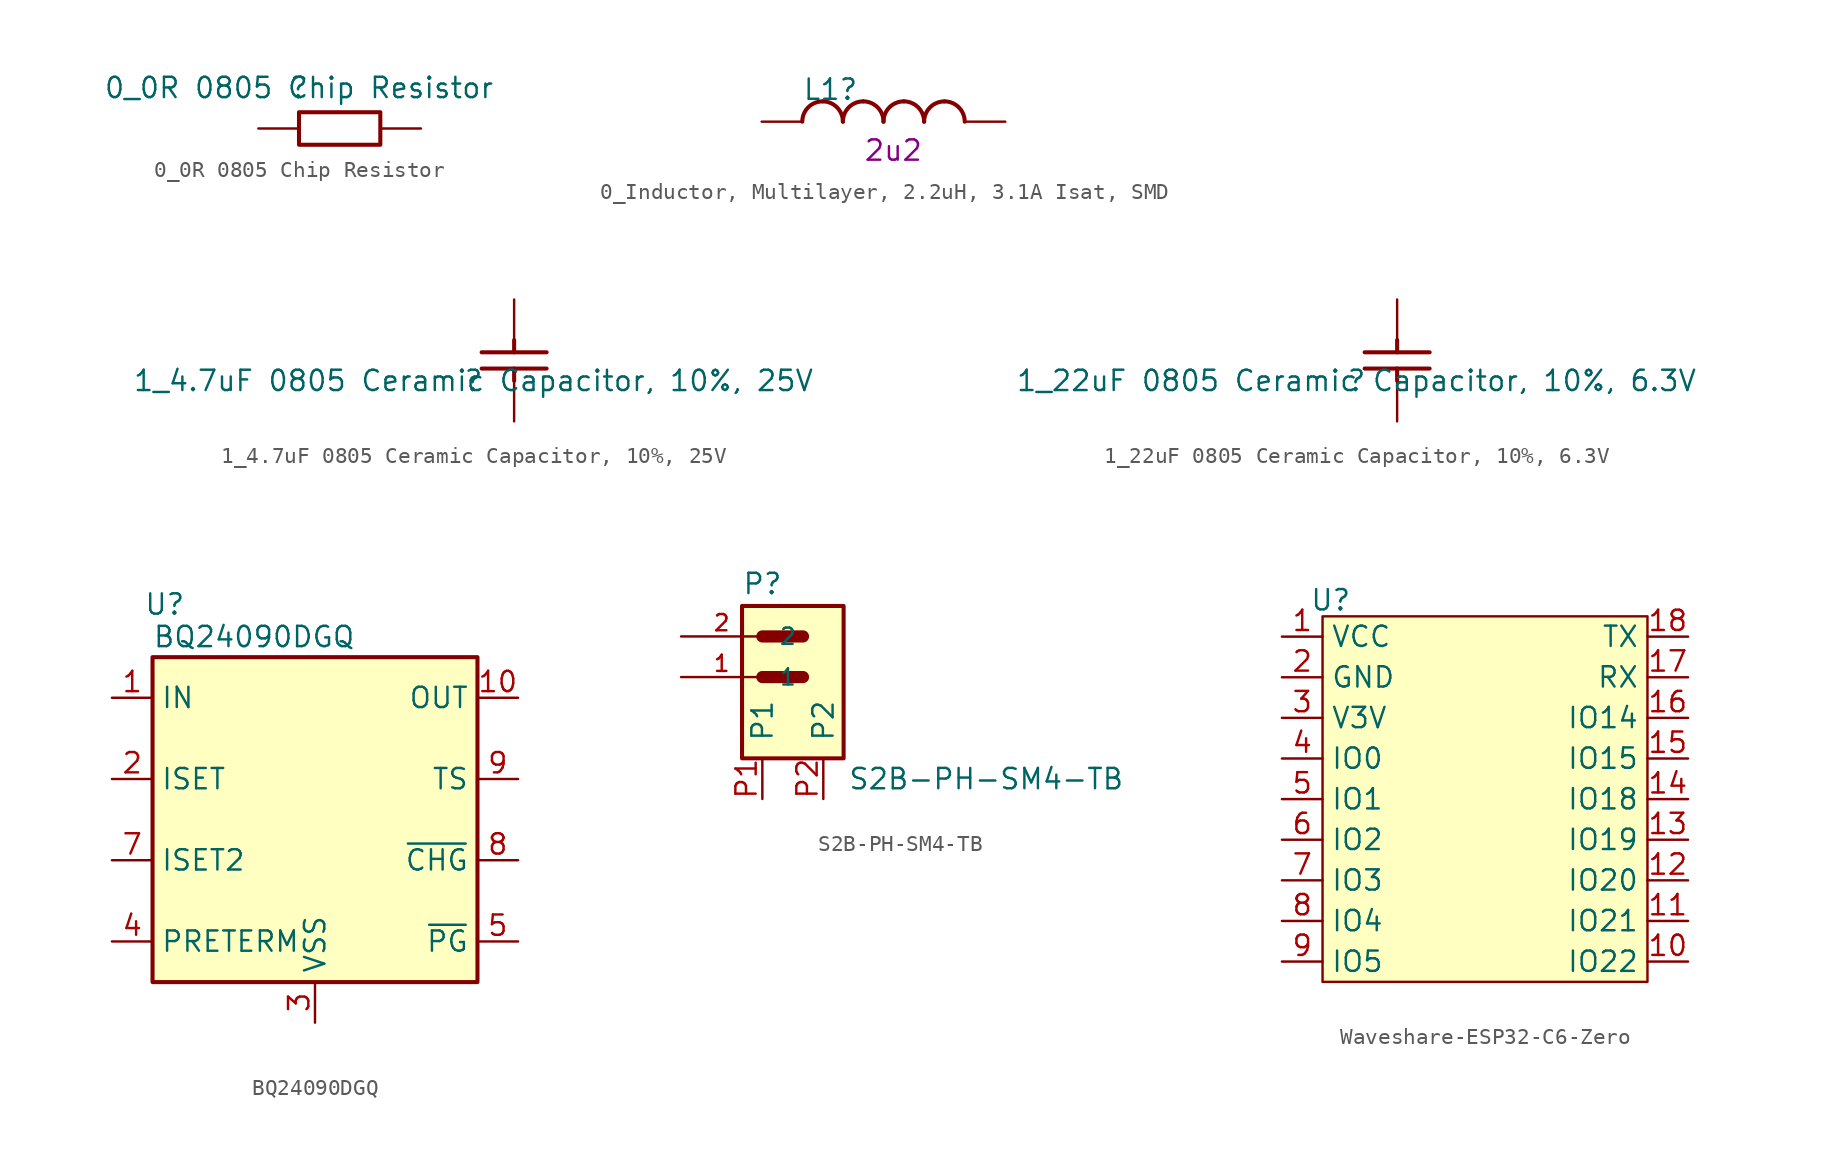
<source format=kicad_sym>
(kicad_symbol_lib
  (version 20241209)
  (generator "kicad_symbol_editor")
  (generator_version "9.0")
  (symbol "0_0R 0805 Chip Resistor"
    (property "Reference" ""
      (at 0 0 0)
      (effects (font (size 1.27 1.27))))
    (property "Value" "0_0R 0805 Chip Resistor"
      (at 0 0 0)
      (effects (font (size 1.27 1.27))))
    (symbol "0_0R 0805 Chip Resistor_1_0"
      (rectangle (start 5.08 -1.524) (end 0 -3.556) (stroke (width 0.254) (type default)) (fill (type none)))
      (pin passive line (at -2.54 -2.54 0) (length 2.54) (name "1" (effects (font (size 0 0)))) (number "1" (effects (font (size 0 0)))))
      (pin passive line (at 7.62 -2.54 180) (length 2.54) (name "2" (effects (font (size 0 0)))) (number "2" (effects (font (size 0 0)))))))
  (symbol "0_Inductor, Multilayer, 2.2uH, 3.1A Isat, SMD"
    (property "Reference" "L1"
      (at 2.54 1.27 0)
      (effects (font (size 1.27 1.27)) (justify left bottom)))
    (property "ALTIUM_VALUE" "2u2"
      (at 6.35 -2.54 0)
      (effects (font (size 1.27 1.27)) (justify left bottom)))
    (symbol "0_Inductor, Multilayer, 2.2uH, 3.1A Isat, SMD_1_0"
      (arc (start 2.54 0) (mid 2.912 0.898) (end 3.81 1.27) (stroke (width 0.254) (type default)) (fill (type none)))
      (arc (start 3.81 1.27) (mid 4.708 0.898) (end 5.08 0) (stroke (width 0.254) (type default)) (fill (type none)))
      (arc (start 5.08 0) (mid 5.452 0.898) (end 6.35 1.27) (stroke (width 0.254) (type default)) (fill (type none)))
      (arc (start 6.35 1.27) (mid 7.248 0.898) (end 7.62 0) (stroke (width 0.254) (type default)) (fill (type none)))
      (arc (start 7.62 0) (mid 7.992 0.898) (end 8.89 1.27) (stroke (width 0.254) (type default)) (fill (type none)))
      (arc (start 8.89 1.27) (mid 9.788 0.898) (end 10.16 0) (stroke (width 0.254) (type default)) (fill (type none)))
      (arc (start 10.16 0) (mid 10.532 0.898) (end 11.43 1.27) (stroke (width 0.254) (type default)) (fill (type none)))
      (arc (start 11.43 1.27) (mid 12.328 0.898) (end 12.7 0) (stroke (width 0.254) (type default)) (fill (type none)))
      (pin passive line (at 0 0 0) (length 2.54) (name "1" (effects (font (size 0 0)))) (number "1" (effects (font (size 0 0)))))
      (pin power_out line (at 15.24 0 180) (length 2.54) (name "2" (effects (font (size 0 0)))) (number "2" (effects (font (size 0 0)))))))
  (symbol "1_4.7uF 0805 Ceramic Capacitor, 10%, 25V"
    (property "Reference" ""
      (at 0 0 0)
      (effects (font (size 1.27 1.27))))
    (property "Value" "1_4.7uF 0805 Ceramic Capacitor, 10%, 25V"
      (at 0 0 0)
      (effects (font (size 1.27 1.27))))
    (symbol "1_4.7uF 0805 Ceramic Capacitor, 10%, 25V_1_0"
      (polyline (pts (xy 0.508 1.778) (xy 4.572 1.778)) (stroke (width 0.254) (type default)) (fill (type none)))
      (polyline (pts (xy 2.54 2.54) (xy 2.54 1.778)) (stroke (width 0.254) (type default)) (fill (type none)))
      (polyline (pts (xy 2.54 0) (xy 2.54 0.762)) (stroke (width 0.254) (type default)) (fill (type none)))
      (polyline (pts (xy 4.572 0.762) (xy 0.508 0.762)) (stroke (width 0.254) (type default)) (fill (type none)))
      (pin passive line (at 2.54 5.08 270) (length 2.54) (name "2" (effects (font (size 0 0)))) (number "2" (effects (font (size 0 0)))))
      (pin passive line (at 2.54 -2.54 90) (length 2.54) (name "1" (effects (font (size 0 0)))) (number "1" (effects (font (size 0 0)))))))
  (symbol "1_22uF 0805 Ceramic Capacitor, 10%, 6.3V"
    (property "Reference" ""
      (at 0 0 0)
      (effects (font (size 1.27 1.27))))
    (property "Value" "1_22uF 0805 Ceramic Capacitor, 10%, 6.3V"
      (at 0 0 0)
      (effects (font (size 1.27 1.27))))
    (symbol "1_22uF 0805 Ceramic Capacitor, 10%, 6.3V_1_0"
      (polyline (pts (xy 0.508 1.778) (xy 4.572 1.778)) (stroke (width 0.254) (type default)) (fill (type none)))
      (polyline (pts (xy 2.54 2.54) (xy 2.54 1.778)) (stroke (width 0.254) (type default)) (fill (type none)))
      (polyline (pts (xy 2.54 0) (xy 2.54 0.762)) (stroke (width 0.254) (type default)) (fill (type none)))
      (polyline (pts (xy 4.572 0.762) (xy 0.508 0.762)) (stroke (width 0.254) (type default)) (fill (type none)))
      (pin passive line (at 2.54 5.08 270) (length 2.54) (name "2" (effects (font (size 0 0)))) (number "2" (effects (font (size 0 0)))))
      (pin passive line (at 2.54 -2.54 90) (length 2.54) (name "1" (effects (font (size 0 0)))) (number "1" (effects (font (size 0 0)))))))
  (symbol "BQ24090DGQ"
    (property "Reference" "U"
      (at -9.398 13.462 0)
      (effects (font (size 1.27 1.27))))
    (property "Value" "BQ24090DGQ"
      (at -3.81 11.43 0)
      (effects (font (size 1.27 1.27))))
    (symbol "BQ24090DGQ_0_1"
      (rectangle (start -10.16 10.16) (end 10.16 -10.16) (stroke (width 0.254) (type default)) (fill (type background))))
    (symbol "BQ24090DGQ_1_1"
      (pin power_in line (at -12.7 7.62 0) (length 2.54) (name "IN" (effects (font (size 1.27 1.27)))) (number "1" (effects (font (size 1.27 1.27)))))
      (pin passive line (at -12.7 2.54 0) (length 2.54) (name "ISET" (effects (font (size 1.27 1.27)))) (number "2" (effects (font (size 1.27 1.27)))))
      (pin passive line (at -12.7 -2.54 0) (length 2.54) (name "ISET2" (effects (font (size 1.27 1.27)))) (number "7" (effects (font (size 1.27 1.27)))))
      (pin passive line (at -12.7 -7.62 0) (length 2.54) (name "PRETERM" (effects (font (size 1.27 1.27)))) (number "4" (effects (font (size 1.27 1.27)))))
      (pin passive line (at 0 -12.7 90) (length 2.54) (hide yes) (name "VSS" (effects (font (size 1.27 1.27)))) (number "11" (effects (font (size 1.27 1.27)))))
      (pin power_in line (at 0 -12.7 90) (length 2.54) (name "VSS" (effects (font (size 1.27 1.27)))) (number "3" (effects (font (size 1.27 1.27)))))
      (pin no_connect line (at 5.08 -10.16 90) (length 2.54) (hide yes) (name "NC" (effects (font (size 1.27 1.27)))) (number "6" (effects (font (size 1.27 1.27)))))
      (pin power_out line (at 12.7 7.62 180) (length 2.54) (name "OUT" (effects (font (size 1.27 1.27)))) (number "10" (effects (font (size 1.27 1.27)))))
      (pin passive line (at 12.7 2.54 180) (length 2.54) (name "TS" (effects (font (size 1.27 1.27)))) (number "9" (effects (font (size 1.27 1.27)))))
      (pin open_collector line (at 12.7 -2.54 180) (length 2.54) (name "~{CHG}" (effects (font (size 1.27 1.27)))) (number "8" (effects (font (size 1.27 1.27)))))
      (pin open_collector line (at 12.7 -7.62 180) (length 2.54) (name "~{PG}" (effects (font (size 1.27 1.27)))) (number "5" (effects (font (size 1.27 1.27)))))))
  (symbol "S2B-PH-SM4-TB"
    (pin_names
      (offset 1.016))
    (property "Reference" "P"
      (at -1.272 3.816 0)
      (effects (font (size 1.27 1.27)) (justify left bottom)))
    (property "Value" "S2B-PH-SM4-TB"
      (at 5.334 -8.382 0)
      (effects (font (size 1.27 1.27)) (justify left bottom)))
    (symbol "S2B-PH-SM4-TB_0_0"
      (rectangle (start -1.27 3.175) (end 5.08 -6.35) (stroke (width 0.254) (type default)) (fill (type background)))
      (polyline (pts (xy 0 1.27) (xy 2.54 1.27)) (stroke (width 0.762) (type default)) (fill (type none)))
      (polyline (pts (xy 0 -1.27) (xy 2.54 -1.27)) (stroke (width 0.762) (type default)) (fill (type none))))
    (symbol "S2B-PH-SM4-TB_1_0"
      (pin passive line (at -5.08 1.27 0) (length 5.08) (name "2" (effects (font (size 1.016 1.016)))) (number "2" (effects (font (size 1.016 1.016)))))
      (pin passive line (at -5.08 -1.27 0) (length 5.08) (name "1" (effects (font (size 1.016 1.016)))) (number "1" (effects (font (size 1.016 1.016))))))
    (symbol "S2B-PH-SM4-TB_1_1"
      (pin passive line (at 0 -8.89 90) (length 2.54) (name "P1" (effects (font (size 1.27 1.27)))) (number "P1" (effects (font (size 1.27 1.27)))))
      (pin passive line (at 3.81 -8.89 90) (length 2.54) (name "P2" (effects (font (size 1.27 1.27)))) (number "P2" (effects (font (size 1.27 1.27)))))))
  (symbol "Waveshare-ESP32-C6-Zero"
    (property "Reference" "U"
      (at -9.652 12.446 0)
      (effects (font (size 1.27 1.27))))
    (property "Value" ""
      (at -10.16 10.16 0)
      (effects (font (size 1.27 1.27))))
    (symbol "Waveshare-ESP32-C6-Zero_1_1"
      (rectangle (start -10.16 11.43) (end 10.16 -11.43) (stroke (width 0) (type default)) (fill (type background)))
      (pin power_in line (at -12.7 10.16 0) (length 2.54) (name "VCC" (effects (font (size 1.27 1.27)))) (number "1" (effects (font (size 1.27 1.27)))))
      (pin power_in line (at -12.7 7.62 0) (length 2.54) (name "GND" (effects (font (size 1.27 1.27)))) (number "2" (effects (font (size 1.27 1.27)))))
      (pin power_out line (at -12.7 5.08 0) (length 2.54) (name "V3V" (effects (font (size 1.27 1.27)))) (number "3" (effects (font (size 1.27 1.27)))))
      (pin bidirectional line (at -12.7 2.54 0) (length 2.54) (name "IO0" (effects (font (size 1.27 1.27)))) (number "4" (effects (font (size 1.27 1.27)))))
      (pin bidirectional line (at -12.7 0 0) (length 2.54) (name "IO1" (effects (font (size 1.27 1.27)))) (number "5" (effects (font (size 1.27 1.27)))))
      (pin bidirectional line (at -12.7 -2.54 0) (length 2.54) (name "IO2" (effects (font (size 1.27 1.27)))) (number "6" (effects (font (size 1.27 1.27)))))
      (pin bidirectional line (at -12.7 -5.08 0) (length 2.54) (name "IO3" (effects (font (size 1.27 1.27)))) (number "7" (effects (font (size 1.27 1.27)))))
      (pin bidirectional line (at -12.7 -7.62 0) (length 2.54) (name "IO4" (effects (font (size 1.27 1.27)))) (number "8" (effects (font (size 1.27 1.27)))))
      (pin bidirectional line (at -12.7 -10.16 0) (length 2.54) (name "IO5" (effects (font (size 1.27 1.27)))) (number "9" (effects (font (size 1.27 1.27)))))
      (pin bidirectional line (at 12.7 10.16 180) (length 2.54) (name "TX" (effects (font (size 1.27 1.27)))) (number "18" (effects (font (size 1.27 1.27)))))
      (pin bidirectional line (at 12.7 7.62 180) (length 2.54) (name "RX" (effects (font (size 1.27 1.27)))) (number "17" (effects (font (size 1.27 1.27)))))
      (pin bidirectional line (at 12.7 5.08 180) (length 2.54) (name "IO14" (effects (font (size 1.27 1.27)))) (number "16" (effects (font (size 1.27 1.27)))))
      (pin bidirectional line (at 12.7 2.54 180) (length 2.54) (name "IO15" (effects (font (size 1.27 1.27)))) (number "15" (effects (font (size 1.27 1.27)))))
      (pin bidirectional line (at 12.7 0 180) (length 2.54) (name "IO18" (effects (font (size 1.27 1.27)))) (number "14" (effects (font (size 1.27 1.27)))))
      (pin bidirectional line (at 12.7 -2.54 180) (length 2.54) (name "IO19" (effects (font (size 1.27 1.27)))) (number "13" (effects (font (size 1.27 1.27)))))
      (pin bidirectional line (at 12.7 -5.08 180) (length 2.54) (name "IO20" (effects (font (size 1.27 1.27)))) (number "12" (effects (font (size 1.27 1.27)))))
      (pin bidirectional line (at 12.7 -7.62 180) (length 2.54) (name "IO21" (effects (font (size 1.27 1.27)))) (number "11" (effects (font (size 1.27 1.27)))))
      (pin bidirectional line (at 12.7 -10.16 180) (length 2.54) (name "IO22" (effects (font (size 1.27 1.27)))) (number "10" (effects (font (size 1.27 1.27))))))))
</source>
